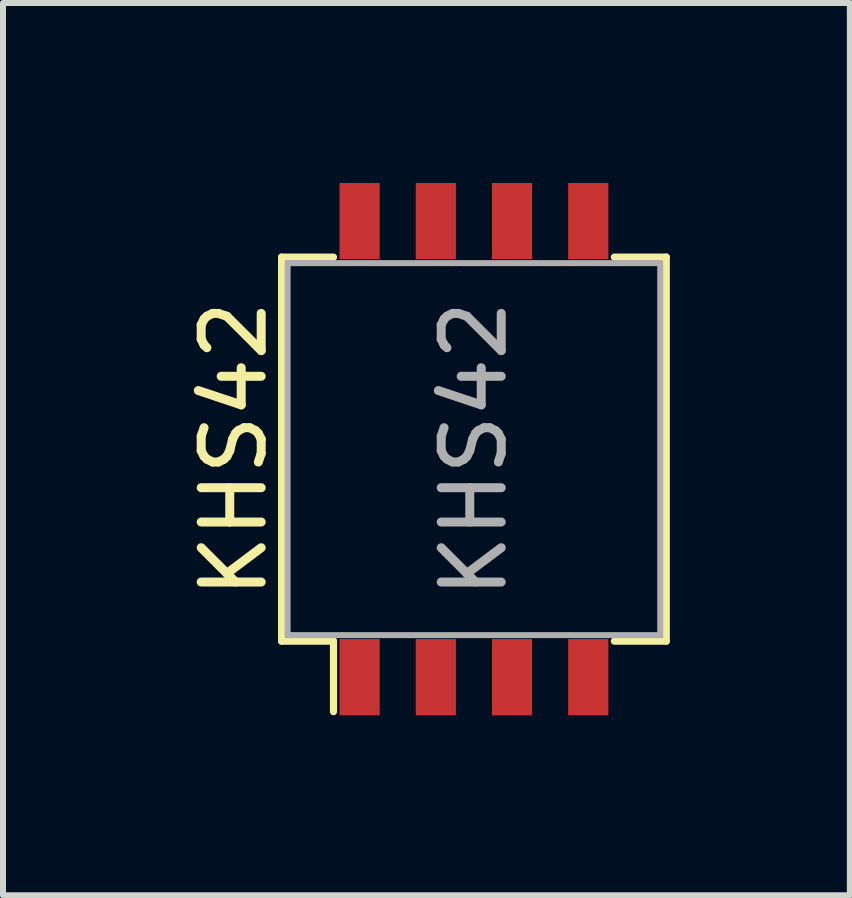
<source format=kicad_pcb>
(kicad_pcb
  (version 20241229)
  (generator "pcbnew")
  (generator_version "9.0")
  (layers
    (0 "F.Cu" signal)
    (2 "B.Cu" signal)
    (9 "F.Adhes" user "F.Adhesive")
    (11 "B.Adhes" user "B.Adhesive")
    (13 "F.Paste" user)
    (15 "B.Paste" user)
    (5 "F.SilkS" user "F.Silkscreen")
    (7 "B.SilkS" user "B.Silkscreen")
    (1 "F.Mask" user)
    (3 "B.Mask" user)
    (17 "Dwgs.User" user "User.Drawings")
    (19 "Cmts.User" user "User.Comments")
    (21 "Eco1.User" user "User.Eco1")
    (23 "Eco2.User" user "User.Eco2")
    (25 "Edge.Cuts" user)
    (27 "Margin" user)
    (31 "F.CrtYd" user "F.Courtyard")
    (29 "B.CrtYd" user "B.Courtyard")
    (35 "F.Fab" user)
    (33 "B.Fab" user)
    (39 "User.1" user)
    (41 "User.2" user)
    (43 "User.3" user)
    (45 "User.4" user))
  (footprint "KHS42"
    (layer "F.Cu")
    (at 4.848 4.435)
    (property "Reference" "KHS42" (at -4 0 90) (unlocked yes) (layer "F.SilkS") (effects (font (size 1 1) (thickness 0.15))))
    (attr smd)
    (fp_line (start -3.205 -3.2) (end -3.205 3.2) (stroke (width 0.12) (type default)) (layer "F.SilkS"))
    (fp_line (start -2.34 -3.2) (end -3.205 -3.2) (stroke (width 0.12) (type default)) (layer "F.SilkS"))
    (fp_line (start -2.34 3.2) (end -3.205 3.2) (stroke (width 0.12) (type default)) (layer "F.SilkS"))
    (fp_line (start -2.34 3.2) (end -2.34 4.375) (stroke (width 0.12) (type default)) (layer "F.SilkS"))
    (fp_line (start 3.205 -3.2) (end 2.34 -3.2) (stroke (width 0.12) (type default)) (layer "F.SilkS"))
    (fp_line (start 3.205 -3.2) (end 3.205 3.2) (stroke (width 0.12) (type default)) (layer "F.SilkS"))
    (fp_line (start 3.205 3.2) (end 2.34 3.2) (stroke (width 0.12) (type default)) (layer "F.SilkS"))
    (fp_rect (start -3.105 -3.1) (end 3.105 3.1) (stroke (width 0.1) (type default)) (fill no) (layer "F.Fab"))
    (fp_text user "${REFERENCE}" (at 0 0 90) (unlocked yes) (layer "F.Fab") (effects (font (size 1 1) (thickness 0.15))))
    (pad "1" smd rect (at -1.905 3.8) (size 0.67 1.27) (layers "F.Cu" "F.Mask" "F.Paste"))
    (pad "2" smd rect (at -0.635 3.8) (size 0.67 1.27) (layers "F.Cu" "F.Mask" "F.Paste"))
    (pad "3" smd rect (at 0.635 3.8) (size 0.67 1.27) (layers "F.Cu" "F.Mask" "F.Paste"))
    (pad "4" smd rect (at 1.905 3.8) (size 0.67 1.27) (layers "F.Cu" "F.Mask" "F.Paste"))
    (pad "5" smd rect (at 1.905 -3.8) (size 0.67 1.27) (layers "F.Cu" "F.Mask" "F.Paste"))
    (pad "6" smd rect (at 0.635 -3.8) (size 0.67 1.27) (layers "F.Cu" "F.Mask" "F.Paste"))
    (pad "7" smd rect (at -0.635 -3.8) (size 0.67 1.27) (layers "F.Cu" "F.Mask" "F.Paste"))
    (pad "8" smd rect (at -1.905 -3.8) (size 0.67 1.27) (layers "F.Cu" "F.Mask" "F.Paste")))
  (gr_rect
    (start -3 -3)
    (end 11.113 11.87)
    (stroke (width 0.1) (type default))
    (fill no)
    (layer "Edge.Cuts")))
</source>
